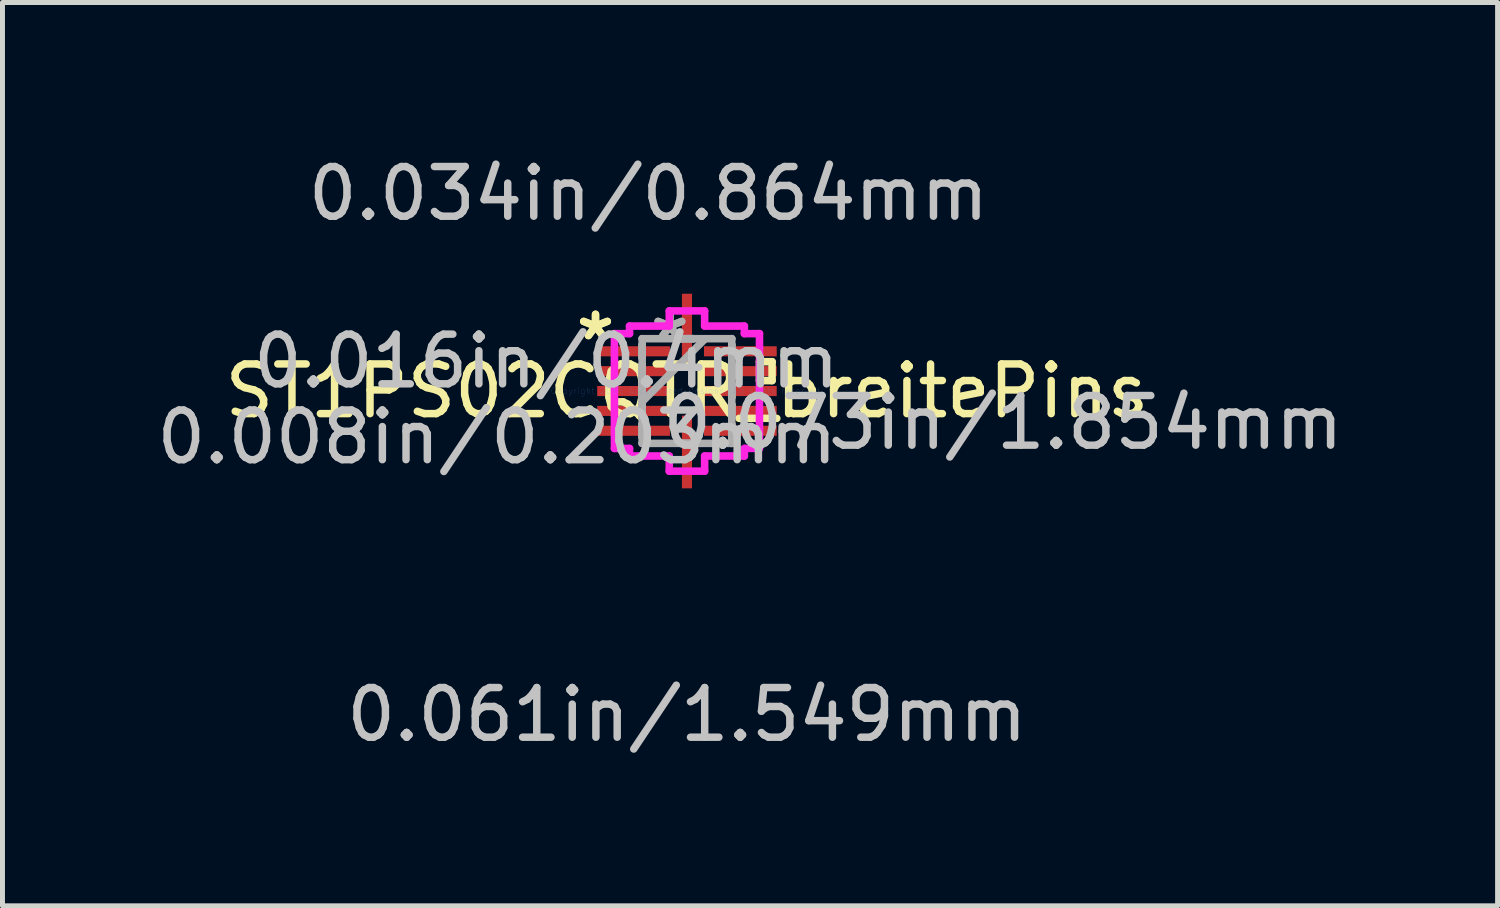
<source format=kicad_pcb>
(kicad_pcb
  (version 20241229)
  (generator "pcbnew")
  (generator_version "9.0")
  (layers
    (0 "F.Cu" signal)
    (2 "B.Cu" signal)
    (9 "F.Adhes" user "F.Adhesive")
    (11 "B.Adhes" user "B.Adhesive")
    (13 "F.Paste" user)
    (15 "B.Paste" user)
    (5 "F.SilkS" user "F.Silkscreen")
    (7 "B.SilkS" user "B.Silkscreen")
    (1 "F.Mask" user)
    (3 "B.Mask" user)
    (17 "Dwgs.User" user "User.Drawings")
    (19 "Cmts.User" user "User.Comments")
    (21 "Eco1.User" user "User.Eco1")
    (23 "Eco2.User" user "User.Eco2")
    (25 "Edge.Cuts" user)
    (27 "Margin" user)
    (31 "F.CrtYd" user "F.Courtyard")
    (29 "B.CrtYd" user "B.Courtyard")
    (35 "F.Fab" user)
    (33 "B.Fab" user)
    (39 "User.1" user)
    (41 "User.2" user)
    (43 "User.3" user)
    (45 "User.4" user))
  (footprint "ST1PS02CQTR_breitePins"
    (layer "F.Cu")
    (at 10.781 4.823)
    (property "Reference" "ST1PS02CQTR_breitePins" (at 0 0 0) (layer "F.SilkS") (effects (font (size 1 1) (thickness 0.15))))
    (attr through_hole)
    (fp_line (start 1.46 -0.591) (end 1.714 -0.591) (stroke (width 0.152) (type solid)) (layer "F.SilkS"))
    (fp_line (start 1.46 -0.21) (end 1.46 -0.591) (stroke (width 0.152) (type solid)) (layer "F.SilkS"))
    (fp_line (start 1.714 -0.591) (end 1.714 -0.21) (stroke (width 0.152) (type solid)) (layer "F.SilkS"))
    (fp_line (start 1.714 -0.21) (end 1.46 -0.21) (stroke (width 0.152) (type solid)) (layer "F.SilkS"))
    (fp_line (start -1.46 -1.156) (end -1.156 -1.156) (stroke (width 0.152) (type solid)) (layer "F.CrtYd"))
    (fp_line (start -1.46 1.156) (end -1.46 -1.156) (stroke (width 0.152) (type solid)) (layer "F.CrtYd"))
    (fp_line (start -1.156 -1.308) (end -0.356 -1.308) (stroke (width 0.152) (type solid)) (layer "F.CrtYd"))
    (fp_line (start -1.156 -1.156) (end -1.156 -1.308) (stroke (width 0.152) (type solid)) (layer "F.CrtYd"))
    (fp_line (start -1.156 1.156) (end -1.46 1.156) (stroke (width 0.152) (type solid)) (layer "F.CrtYd"))
    (fp_line (start -1.156 1.308) (end -1.156 1.156) (stroke (width 0.152) (type solid)) (layer "F.CrtYd"))
    (fp_line (start -0.356 -1.613) (end 0.356 -1.613) (stroke (width 0.152) (type solid)) (layer "F.CrtYd"))
    (fp_line (start -0.356 -1.308) (end -0.356 -1.613) (stroke (width 0.152) (type solid)) (layer "F.CrtYd"))
    (fp_line (start -0.356 1.308) (end -1.156 1.308) (stroke (width 0.152) (type solid)) (layer "F.CrtYd"))
    (fp_line (start -0.356 1.613) (end -0.356 1.308) (stroke (width 0.152) (type solid)) (layer "F.CrtYd"))
    (fp_line (start 0.356 -1.613) (end 0.356 -1.308) (stroke (width 0.152) (type solid)) (layer "F.CrtYd"))
    (fp_line (start 0.356 -1.308) (end 1.156 -1.308) (stroke (width 0.152) (type solid)) (layer "F.CrtYd"))
    (fp_line (start 0.356 1.308) (end 0.356 1.613) (stroke (width 0.152) (type solid)) (layer "F.CrtYd"))
    (fp_line (start 0.356 1.613) (end -0.356 1.613) (stroke (width 0.152) (type solid)) (layer "F.CrtYd"))
    (fp_line (start 1.156 -1.308) (end 1.156 -1.156) (stroke (width 0.152) (type solid)) (layer "F.CrtYd"))
    (fp_line (start 1.156 -1.156) (end 1.46 -1.156) (stroke (width 0.152) (type solid)) (layer "F.CrtYd"))
    (fp_line (start 1.156 1.156) (end 1.156 1.308) (stroke (width 0.152) (type solid)) (layer "F.CrtYd"))
    (fp_line (start 1.156 1.308) (end 0.356 1.308) (stroke (width 0.152) (type solid)) (layer "F.CrtYd"))
    (fp_line (start 1.46 -1.156) (end 1.46 1.156) (stroke (width 0.152) (type solid)) (layer "F.CrtYd"))
    (fp_line (start 1.46 1.156) (end 1.156 1.156) (stroke (width 0.152) (type solid)) (layer "F.CrtYd"))
    (fp_line (start -0.902 -1.054) (end -0.902 -1.054) (stroke (width 0.152) (type solid)) (layer "F.Fab"))
    (fp_line (start -0.902 -1.054) (end -0.902 1.054) (stroke (width 0.152) (type solid)) (layer "F.Fab"))
    (fp_line (start -0.902 -0.927) (end -0.902 -0.927) (stroke (width 0.152) (type solid)) (layer "F.Fab"))
    (fp_line (start -0.902 -0.927) (end -0.902 -0.673) (stroke (width 0.152) (type solid)) (layer "F.Fab"))
    (fp_line (start -0.902 -0.673) (end -0.902 -0.927) (stroke (width 0.152) (type solid)) (layer "F.Fab"))
    (fp_line (start -0.902 -0.673) (end -0.902 -0.673) (stroke (width 0.152) (type solid)) (layer "F.Fab"))
    (fp_line (start -0.902 -0.527) (end -0.902 -0.527) (stroke (width 0.152) (type solid)) (layer "F.Fab"))
    (fp_line (start -0.902 -0.527) (end -0.902 -0.273) (stroke (width 0.152) (type solid)) (layer "F.Fab"))
    (fp_line (start -0.902 -0.273) (end -0.902 -0.527) (stroke (width 0.152) (type solid)) (layer "F.Fab"))
    (fp_line (start -0.902 -0.273) (end -0.902 -0.273) (stroke (width 0.152) (type solid)) (layer "F.Fab"))
    (fp_line (start -0.902 -0.127) (end -0.902 -0.127) (stroke (width 0.152) (type solid)) (layer "F.Fab"))
    (fp_line (start -0.902 -0.127) (end -0.902 0.127) (stroke (width 0.152) (type solid)) (layer "F.Fab"))
    (fp_line (start -0.902 0.127) (end -0.902 -0.127) (stroke (width 0.152) (type solid)) (layer "F.Fab"))
    (fp_line (start -0.902 0.127) (end -0.902 0.127) (stroke (width 0.152) (type solid)) (layer "F.Fab"))
    (fp_line (start -0.902 0.216) (end 0.368 -1.054) (stroke (width 0.152) (type solid)) (layer "F.Fab"))
    (fp_line (start -0.902 0.273) (end -0.902 0.273) (stroke (width 0.152) (type solid)) (layer "F.Fab"))
    (fp_line (start -0.902 0.273) (end -0.902 0.527) (stroke (width 0.152) (type solid)) (layer "F.Fab"))
    (fp_line (start -0.902 0.527) (end -0.902 0.273) (stroke (width 0.152) (type solid)) (layer "F.Fab"))
    (fp_line (start -0.902 0.527) (end -0.902 0.527) (stroke (width 0.152) (type solid)) (layer "F.Fab"))
    (fp_line (start -0.902 0.673) (end -0.902 0.673) (stroke (width 0.152) (type solid)) (layer "F.Fab"))
    (fp_line (start -0.902 0.673) (end -0.902 0.927) (stroke (width 0.152) (type solid)) (layer "F.Fab"))
    (fp_line (start -0.902 0.927) (end -0.902 0.673) (stroke (width 0.152) (type solid)) (layer "F.Fab"))
    (fp_line (start -0.902 0.927) (end -0.902 0.927) (stroke (width 0.152) (type solid)) (layer "F.Fab"))
    (fp_line (start -0.902 1.054) (end -0.902 1.054) (stroke (width 0.152) (type solid)) (layer "F.Fab"))
    (fp_line (start -0.902 1.054) (end 0.902 1.054) (stroke (width 0.152) (type solid)) (layer "F.Fab"))
    (fp_line (start -0.127 -1.054) (end -0.127 -1.054) (stroke (width 0.152) (type solid)) (layer "F.Fab"))
    (fp_line (start -0.127 -1.054) (end 0.127 -1.054) (stroke (width 0.152) (type solid)) (layer "F.Fab"))
    (fp_line (start -0.127 1.054) (end -0.127 1.054) (stroke (width 0.152) (type solid)) (layer "F.Fab"))
    (fp_line (start -0.127 1.054) (end 0.127 1.054) (stroke (width 0.152) (type solid)) (layer "F.Fab"))
    (fp_line (start 0.127 -1.054) (end -0.127 -1.054) (stroke (width 0.152) (type solid)) (layer "F.Fab"))
    (fp_line (start 0.127 -1.054) (end 0.127 -1.054) (stroke (width 0.152) (type solid)) (layer "F.Fab"))
    (fp_line (start 0.127 1.054) (end -0.127 1.054) (stroke (width 0.152) (type solid)) (layer "F.Fab"))
    (fp_line (start 0.127 1.054) (end 0.127 1.054) (stroke (width 0.152) (type solid)) (layer "F.Fab"))
    (fp_line (start 0.902 -1.054) (end -0.902 -1.054) (stroke (width 0.152) (type solid)) (layer "F.Fab"))
    (fp_line (start 0.902 -1.054) (end 0.902 -1.054) (stroke (width 0.152) (type solid)) (layer "F.Fab"))
    (fp_line (start 0.902 -0.927) (end 0.902 -0.927) (stroke (width 0.152) (type solid)) (layer "F.Fab"))
    (fp_line (start 0.902 -0.927) (end 0.902 -0.673) (stroke (width 0.152) (type solid)) (layer "F.Fab"))
    (fp_line (start 0.902 -0.673) (end 0.902 -0.927) (stroke (width 0.152) (type solid)) (layer "F.Fab"))
    (fp_line (start 0.902 -0.673) (end 0.902 -0.673) (stroke (width 0.152) (type solid)) (layer "F.Fab"))
    (fp_line (start 0.902 -0.527) (end 0.902 -0.527) (stroke (width 0.152) (type solid)) (layer "F.Fab"))
    (fp_line (start 0.902 -0.527) (end 0.902 -0.273) (stroke (width 0.152) (type solid)) (layer "F.Fab"))
    (fp_line (start 0.902 -0.273) (end 0.902 -0.527) (stroke (width 0.152) (type solid)) (layer "F.Fab"))
    (fp_line (start 0.902 -0.273) (end 0.902 -0.273) (stroke (width 0.152) (type solid)) (layer "F.Fab"))
    (fp_line (start 0.902 -0.127) (end 0.902 -0.127) (stroke (width 0.152) (type solid)) (layer "F.Fab"))
    (fp_line (start 0.902 -0.127) (end 0.902 0.127) (stroke (width 0.152) (type solid)) (layer "F.Fab"))
    (fp_line (start 0.902 0.127) (end 0.902 -0.127) (stroke (width 0.152) (type solid)) (layer "F.Fab"))
    (fp_line (start 0.902 0.127) (end 0.902 0.127) (stroke (width 0.152) (type solid)) (layer "F.Fab"))
    (fp_line (start 0.902 0.273) (end 0.902 0.273) (stroke (width 0.152) (type solid)) (layer "F.Fab"))
    (fp_line (start 0.902 0.273) (end 0.902 0.527) (stroke (width 0.152) (type solid)) (layer "F.Fab"))
    (fp_line (start 0.902 0.527) (end 0.902 0.273) (stroke (width 0.152) (type solid)) (layer "F.Fab"))
    (fp_line (start 0.902 0.527) (end 0.902 0.527) (stroke (width 0.152) (type solid)) (layer "F.Fab"))
    (fp_line (start 0.902 0.673) (end 0.902 0.673) (stroke (width 0.152) (type solid)) (layer "F.Fab"))
    (fp_line (start 0.902 0.673) (end 0.902 0.927) (stroke (width 0.152) (type solid)) (layer "F.Fab"))
    (fp_line (start 0.902 0.927) (end 0.902 0.673) (stroke (width 0.152) (type solid)) (layer "F.Fab"))
    (fp_line (start 0.902 0.927) (end 0.902 0.927) (stroke (width 0.152) (type solid)) (layer "F.Fab"))
    (fp_line (start 0.902 1.054) (end 0.902 -1.054) (stroke (width 0.152) (type solid)) (layer "F.Fab"))
    (fp_line (start 0.902 1.054) (end 0.902 1.054) (stroke (width 0.152) (type solid)) (layer "F.Fab"))
    (fp_text user "*" (at -1.841 -1 0) (layer "F.SilkS") (effects (font (size 1 1) (thickness 0.15))))
    (fp_text user "*" (at -1.841 -1 0) (layer "F.SilkS") (effects (font (size 1 1) (thickness 0.15))))
    (fp_text user "0.016in/0.4mm" (at -2.832 -0.6 0) (layer "Dwgs.User") (effects (font (size 1 1) (thickness 0.15))))
    (fp_text user "0.073in/1.854mm" (at 6.363 0.635 0) (layer "Dwgs.User") (effects (font (size 1 1) (thickness 0.15))))
    (fp_text user "0.008in/0.203mm" (at -3.823 0.927 0) (layer "Dwgs.User") (effects (font (size 1 1) (thickness 0.15))))
    (fp_text user "0.034in/0.864mm" (at -0.775 -3.975 0) (layer "Dwgs.User") (effects (font (size 1 1) (thickness 0.15))))
    (fp_text user "0.061in/1.549mm" (at 0 6.515 0) (layer "Dwgs.User") (effects (font (size 1 1) (thickness 0.15))))
    (fp_text user "Copyright 2016 Accelerated Designs. All rights reserved." (at 0 0 0) (layer "Cmts.User") (effects (font (size 0.127 0.127) (thickness 0.002))))
    (fp_text user "*" (at -0.343 -1 0) (layer "F.Fab") (effects (font (size 1 1) (thickness 0.15))))
    (fp_text user "*" (at -0.343 -1 0) (layer "F.Fab") (effects (font (size 1 1) (thickness 0.15))))
    (pad "1" smd rect (at -1.075 -0.8 90) (size 0.203 1.464) (layers "F.Cu" "F.Mask" "F.Paste"))
    (pad "2" smd rect (at -1.075 -0.4 90) (size 0.203 1.464) (layers "F.Cu" "F.Mask" "F.Paste"))
    (pad "3" smd rect (at -1.075 0 90) (size 0.203 1.464) (layers "F.Cu" "F.Mask" "F.Paste"))
    (pad "4" smd rect (at -1.075 0.4 90) (size 0.203 1.464) (layers "F.Cu" "F.Mask" "F.Paste"))
    (pad "5" smd rect (at -1.075 0.8 90) (size 0.203 1.464) (layers "F.Cu" "F.Mask" "F.Paste"))
    (pad "6" smd rect (at 0 1.227) (size 0.203 1.464) (layers "F.Cu" "F.Mask" "F.Paste"))
    (pad "7" smd rect (at 1.075 0.8 90) (size 0.203 1.464) (layers "F.Cu" "F.Mask" "F.Paste"))
    (pad "8" smd rect (at 1.075 0.4 90) (size 0.203 1.464) (layers "F.Cu" "F.Mask" "F.Paste"))
    (pad "9" smd rect (at 1.075 0 90) (size 0.203 1.464) (layers "F.Cu" "F.Mask" "F.Paste"))
    (pad "10" smd rect (at 1.075 -0.4 90) (size 0.203 1.464) (layers "F.Cu" "F.Mask" "F.Paste"))
    (pad "11" smd rect (at 1.075 -0.8 90) (size 0.203 1.464) (layers "F.Cu" "F.Mask" "F.Paste"))
    (pad "12" smd rect (at 0 -1.227) (size 0.203 1.464) (layers "F.Cu" "F.Mask" "F.Paste")))
  (gr_rect
    (start -3 -3)
    (end 27.102 15.187)
    (stroke (width 0.1) (type default))
    (fill no)
    (layer "Edge.Cuts")))
</source>
